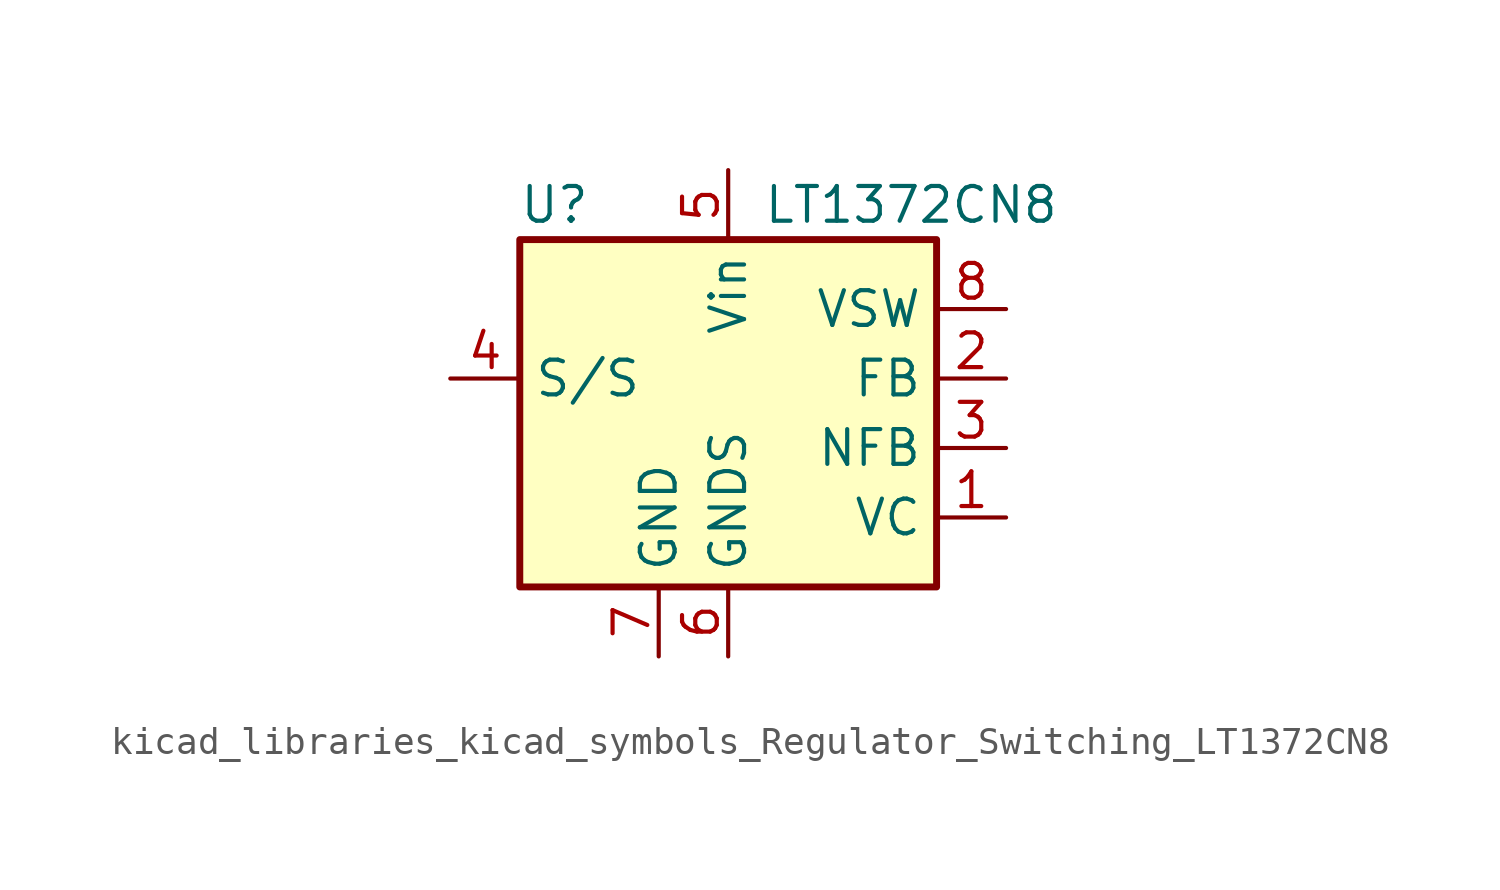
<source format=kicad_sym>
(kicad_symbol_lib
  (version 20220914)
  (generator kicad_symbol_editor)
  (symbol "kicad_libraries_kicad_symbols_Regulator_Switching_LT1372CN8"
    (property "Reference" "U"
      (at -6.35 8.89 0)
      (effects (font (size 1.27 1.27))))
    (property "Value" "LT1372CN8"
      (at 1.27 8.89 0)
      (effects (font (size 1.27 1.27)) (justify left)))
    (symbol "kicad_libraries_kicad_symbols_Regulator_Switching_LT1372CN8_0_1"
      (rectangle (start -7.62 7.62) (end 7.62 -5.08) (stroke (width 0.254) (type default)) (fill (type background))))
    (symbol "kicad_libraries_kicad_symbols_Regulator_Switching_LT1372CN8_1_1"
      (pin passive line (at 10.16 -2.54 180) (length 2.54) (name "VC" (effects (font (size 1.27 1.27)))) (number "1" (effects (font (size 1.27 1.27)))))
      (pin passive line (at 10.16 2.54 180) (length 2.54) (name "FB" (effects (font (size 1.27 1.27)))) (number "2" (effects (font (size 1.27 1.27)))))
      (pin input line (at 10.16 0 180) (length 2.54) (name "NFB" (effects (font (size 1.27 1.27)))) (number "3" (effects (font (size 1.27 1.27)))))
      (pin input line (at -10.16 2.54 0) (length 2.54) (name "S/S" (effects (font (size 1.27 1.27)))) (number "4" (effects (font (size 1.27 1.27)))))
      (pin power_in line (at 0 10.16 270) (length 2.54) (name "Vin" (effects (font (size 1.27 1.27)))) (number "5" (effects (font (size 1.27 1.27)))))
      (pin power_in line (at 0 -7.62 90) (length 2.54) (name "GNDS" (effects (font (size 1.27 1.27)))) (number "6" (effects (font (size 1.27 1.27)))))
      (pin power_in line (at -2.54 -7.62 90) (length 2.54) (name "GND" (effects (font (size 1.27 1.27)))) (number "7" (effects (font (size 1.27 1.27)))))
      (pin output line (at 10.16 5.08 180) (length 2.54) (name "VSW" (effects (font (size 1.27 1.27)))) (number "8" (effects (font (size 1.27 1.27))))))))
</source>
